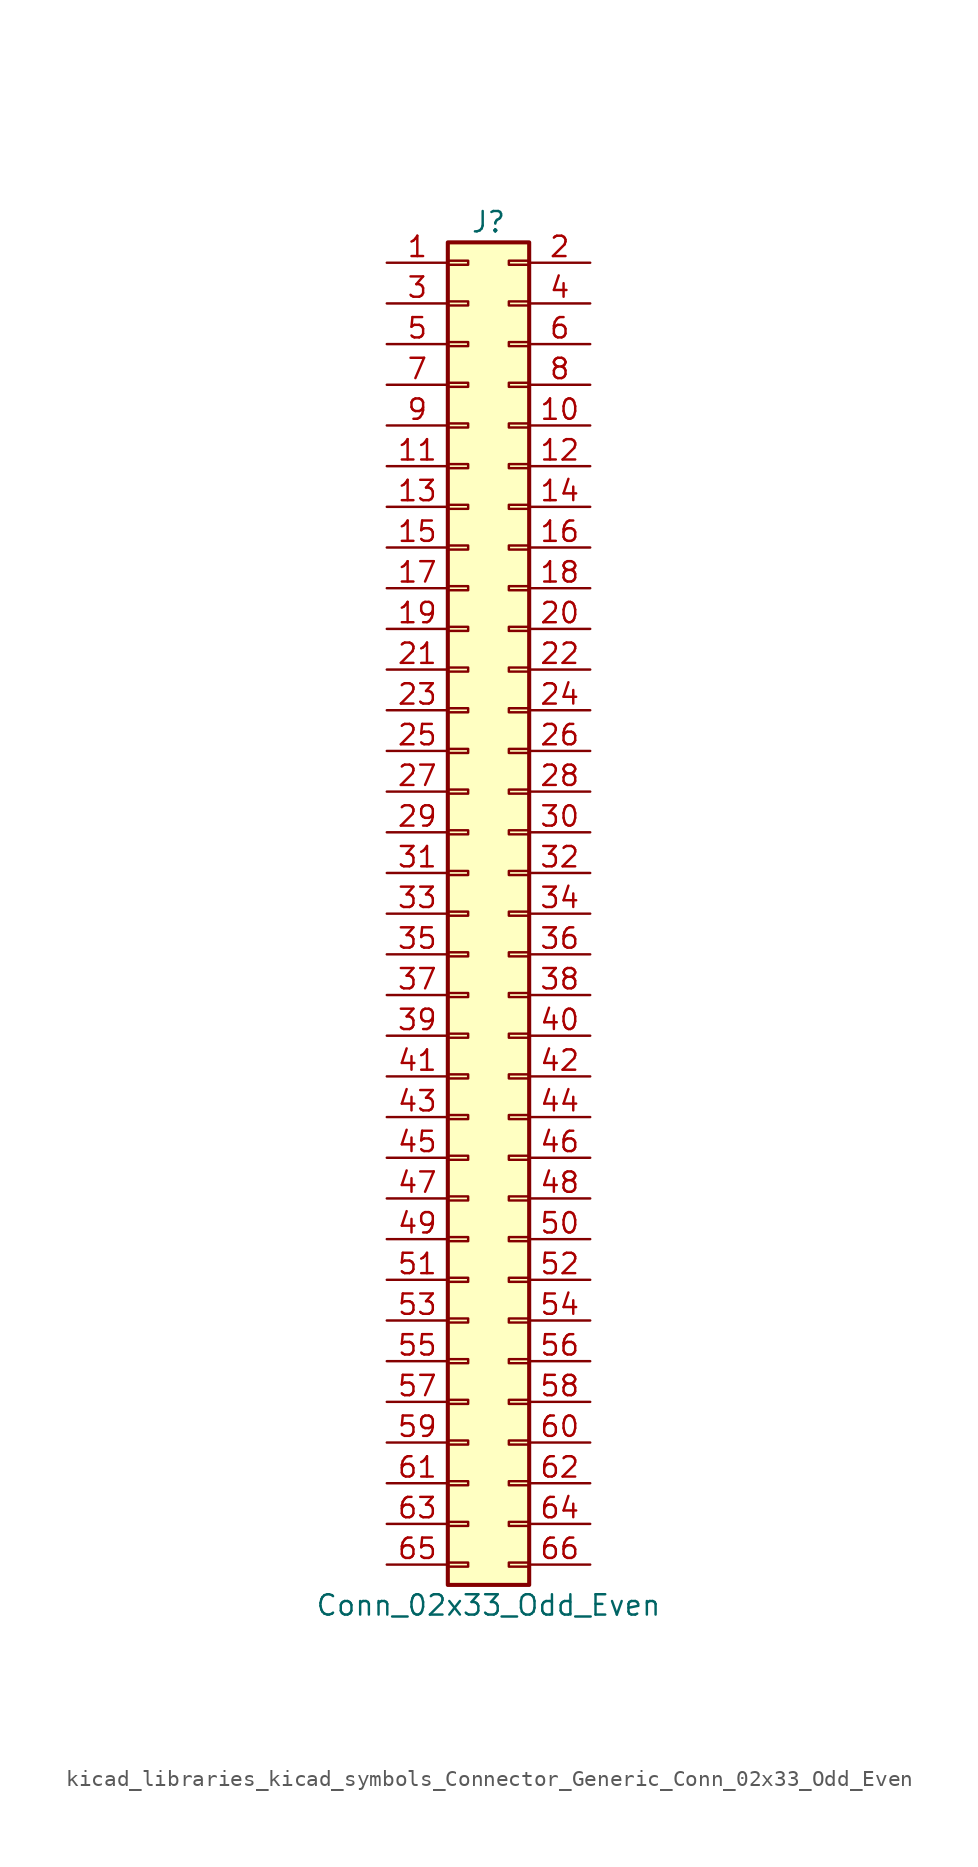
<source format=kicad_sym>
(kicad_symbol_lib
  (version 20220914)
  (generator kicad_symbol_editor)
  (symbol "kicad_libraries_kicad_symbols_Connector_Generic_Conn_02x33_Odd_Even"
    (pin_names
      (offset 1.016) hide)
    (property "Reference" "J"
      (at 1.27 43.18 0)
      (effects (font (size 1.27 1.27))))
    (property "Value" "Conn_02x33_Odd_Even"
      (at 1.27 -43.18 0)
      (effects (font (size 1.27 1.27))))
    (symbol "kicad_libraries_kicad_symbols_Connector_Generic_Conn_02x33_Odd_Even_1_1"
      (rectangle (start -1.27 -40.513) (end 0 -40.767) (stroke (width 0.152) (type default)) (fill (type none)))
      (rectangle (start -1.27 -37.973) (end 0 -38.227) (stroke (width 0.152) (type default)) (fill (type none)))
      (rectangle (start -1.27 -35.433) (end 0 -35.687) (stroke (width 0.152) (type default)) (fill (type none)))
      (rectangle (start -1.27 -32.893) (end 0 -33.147) (stroke (width 0.152) (type default)) (fill (type none)))
      (rectangle (start -1.27 -30.353) (end 0 -30.607) (stroke (width 0.152) (type default)) (fill (type none)))
      (rectangle (start -1.27 -27.813) (end 0 -28.067) (stroke (width 0.152) (type default)) (fill (type none)))
      (rectangle (start -1.27 -25.273) (end 0 -25.527) (stroke (width 0.152) (type default)) (fill (type none)))
      (rectangle (start -1.27 -22.733) (end 0 -22.987) (stroke (width 0.152) (type default)) (fill (type none)))
      (rectangle (start -1.27 -20.193) (end 0 -20.447) (stroke (width 0.152) (type default)) (fill (type none)))
      (rectangle (start -1.27 -17.653) (end 0 -17.907) (stroke (width 0.152) (type default)) (fill (type none)))
      (rectangle (start -1.27 -15.113) (end 0 -15.367) (stroke (width 0.152) (type default)) (fill (type none)))
      (rectangle (start -1.27 -12.573) (end 0 -12.827) (stroke (width 0.152) (type default)) (fill (type none)))
      (rectangle (start -1.27 -10.033) (end 0 -10.287) (stroke (width 0.152) (type default)) (fill (type none)))
      (rectangle (start -1.27 -7.493) (end 0 -7.747) (stroke (width 0.152) (type default)) (fill (type none)))
      (rectangle (start -1.27 -4.953) (end 0 -5.207) (stroke (width 0.152) (type default)) (fill (type none)))
      (rectangle (start -1.27 -2.413) (end 0 -2.667) (stroke (width 0.152) (type default)) (fill (type none)))
      (rectangle (start -1.27 0.127) (end 0 -0.127) (stroke (width 0.152) (type default)) (fill (type none)))
      (rectangle (start -1.27 2.667) (end 0 2.413) (stroke (width 0.152) (type default)) (fill (type none)))
      (rectangle (start -1.27 5.207) (end 0 4.953) (stroke (width 0.152) (type default)) (fill (type none)))
      (rectangle (start -1.27 7.747) (end 0 7.493) (stroke (width 0.152) (type default)) (fill (type none)))
      (rectangle (start -1.27 10.287) (end 0 10.033) (stroke (width 0.152) (type default)) (fill (type none)))
      (rectangle (start -1.27 12.827) (end 0 12.573) (stroke (width 0.152) (type default)) (fill (type none)))
      (rectangle (start -1.27 15.367) (end 0 15.113) (stroke (width 0.152) (type default)) (fill (type none)))
      (rectangle (start -1.27 17.907) (end 0 17.653) (stroke (width 0.152) (type default)) (fill (type none)))
      (rectangle (start -1.27 20.447) (end 0 20.193) (stroke (width 0.152) (type default)) (fill (type none)))
      (rectangle (start -1.27 22.987) (end 0 22.733) (stroke (width 0.152) (type default)) (fill (type none)))
      (rectangle (start -1.27 25.527) (end 0 25.273) (stroke (width 0.152) (type default)) (fill (type none)))
      (rectangle (start -1.27 28.067) (end 0 27.813) (stroke (width 0.152) (type default)) (fill (type none)))
      (rectangle (start -1.27 30.607) (end 0 30.353) (stroke (width 0.152) (type default)) (fill (type none)))
      (rectangle (start -1.27 33.147) (end 0 32.893) (stroke (width 0.152) (type default)) (fill (type none)))
      (rectangle (start -1.27 35.687) (end 0 35.433) (stroke (width 0.152) (type default)) (fill (type none)))
      (rectangle (start -1.27 38.227) (end 0 37.973) (stroke (width 0.152) (type default)) (fill (type none)))
      (rectangle (start -1.27 40.767) (end 0 40.513) (stroke (width 0.152) (type default)) (fill (type none)))
      (rectangle (start -1.27 41.91) (end 3.81 -41.91) (stroke (width 0.254) (type default)) (fill (type background)))
      (rectangle (start 3.81 -40.513) (end 2.54 -40.767) (stroke (width 0.152) (type default)) (fill (type none)))
      (rectangle (start 3.81 -37.973) (end 2.54 -38.227) (stroke (width 0.152) (type default)) (fill (type none)))
      (rectangle (start 3.81 -35.433) (end 2.54 -35.687) (stroke (width 0.152) (type default)) (fill (type none)))
      (rectangle (start 3.81 -32.893) (end 2.54 -33.147) (stroke (width 0.152) (type default)) (fill (type none)))
      (rectangle (start 3.81 -30.353) (end 2.54 -30.607) (stroke (width 0.152) (type default)) (fill (type none)))
      (rectangle (start 3.81 -27.813) (end 2.54 -28.067) (stroke (width 0.152) (type default)) (fill (type none)))
      (rectangle (start 3.81 -25.273) (end 2.54 -25.527) (stroke (width 0.152) (type default)) (fill (type none)))
      (rectangle (start 3.81 -22.733) (end 2.54 -22.987) (stroke (width 0.152) (type default)) (fill (type none)))
      (rectangle (start 3.81 -20.193) (end 2.54 -20.447) (stroke (width 0.152) (type default)) (fill (type none)))
      (rectangle (start 3.81 -17.653) (end 2.54 -17.907) (stroke (width 0.152) (type default)) (fill (type none)))
      (rectangle (start 3.81 -15.113) (end 2.54 -15.367) (stroke (width 0.152) (type default)) (fill (type none)))
      (rectangle (start 3.81 -12.573) (end 2.54 -12.827) (stroke (width 0.152) (type default)) (fill (type none)))
      (rectangle (start 3.81 -10.033) (end 2.54 -10.287) (stroke (width 0.152) (type default)) (fill (type none)))
      (rectangle (start 3.81 -7.493) (end 2.54 -7.747) (stroke (width 0.152) (type default)) (fill (type none)))
      (rectangle (start 3.81 -4.953) (end 2.54 -5.207) (stroke (width 0.152) (type default)) (fill (type none)))
      (rectangle (start 3.81 -2.413) (end 2.54 -2.667) (stroke (width 0.152) (type default)) (fill (type none)))
      (rectangle (start 3.81 0.127) (end 2.54 -0.127) (stroke (width 0.152) (type default)) (fill (type none)))
      (rectangle (start 3.81 2.667) (end 2.54 2.413) (stroke (width 0.152) (type default)) (fill (type none)))
      (rectangle (start 3.81 5.207) (end 2.54 4.953) (stroke (width 0.152) (type default)) (fill (type none)))
      (rectangle (start 3.81 7.747) (end 2.54 7.493) (stroke (width 0.152) (type default)) (fill (type none)))
      (rectangle (start 3.81 10.287) (end 2.54 10.033) (stroke (width 0.152) (type default)) (fill (type none)))
      (rectangle (start 3.81 12.827) (end 2.54 12.573) (stroke (width 0.152) (type default)) (fill (type none)))
      (rectangle (start 3.81 15.367) (end 2.54 15.113) (stroke (width 0.152) (type default)) (fill (type none)))
      (rectangle (start 3.81 17.907) (end 2.54 17.653) (stroke (width 0.152) (type default)) (fill (type none)))
      (rectangle (start 3.81 20.447) (end 2.54 20.193) (stroke (width 0.152) (type default)) (fill (type none)))
      (rectangle (start 3.81 22.987) (end 2.54 22.733) (stroke (width 0.152) (type default)) (fill (type none)))
      (rectangle (start 3.81 25.527) (end 2.54 25.273) (stroke (width 0.152) (type default)) (fill (type none)))
      (rectangle (start 3.81 28.067) (end 2.54 27.813) (stroke (width 0.152) (type default)) (fill (type none)))
      (rectangle (start 3.81 30.607) (end 2.54 30.353) (stroke (width 0.152) (type default)) (fill (type none)))
      (rectangle (start 3.81 33.147) (end 2.54 32.893) (stroke (width 0.152) (type default)) (fill (type none)))
      (rectangle (start 3.81 35.687) (end 2.54 35.433) (stroke (width 0.152) (type default)) (fill (type none)))
      (rectangle (start 3.81 38.227) (end 2.54 37.973) (stroke (width 0.152) (type default)) (fill (type none)))
      (rectangle (start 3.81 40.767) (end 2.54 40.513) (stroke (width 0.152) (type default)) (fill (type none)))
      (pin passive line (at -5.08 40.64 0) (length 3.81) (name "Pin_1" (effects (font (size 1.27 1.27)))) (number "1" (effects (font (size 1.27 1.27)))))
      (pin passive line (at 7.62 30.48 180) (length 3.81) (name "Pin_10" (effects (font (size 1.27 1.27)))) (number "10" (effects (font (size 1.27 1.27)))))
      (pin passive line (at -5.08 27.94 0) (length 3.81) (name "Pin_11" (effects (font (size 1.27 1.27)))) (number "11" (effects (font (size 1.27 1.27)))))
      (pin passive line (at 7.62 27.94 180) (length 3.81) (name "Pin_12" (effects (font (size 1.27 1.27)))) (number "12" (effects (font (size 1.27 1.27)))))
      (pin passive line (at -5.08 25.4 0) (length 3.81) (name "Pin_13" (effects (font (size 1.27 1.27)))) (number "13" (effects (font (size 1.27 1.27)))))
      (pin passive line (at 7.62 25.4 180) (length 3.81) (name "Pin_14" (effects (font (size 1.27 1.27)))) (number "14" (effects (font (size 1.27 1.27)))))
      (pin passive line (at -5.08 22.86 0) (length 3.81) (name "Pin_15" (effects (font (size 1.27 1.27)))) (number "15" (effects (font (size 1.27 1.27)))))
      (pin passive line (at 7.62 22.86 180) (length 3.81) (name "Pin_16" (effects (font (size 1.27 1.27)))) (number "16" (effects (font (size 1.27 1.27)))))
      (pin passive line (at -5.08 20.32 0) (length 3.81) (name "Pin_17" (effects (font (size 1.27 1.27)))) (number "17" (effects (font (size 1.27 1.27)))))
      (pin passive line (at 7.62 20.32 180) (length 3.81) (name "Pin_18" (effects (font (size 1.27 1.27)))) (number "18" (effects (font (size 1.27 1.27)))))
      (pin passive line (at -5.08 17.78 0) (length 3.81) (name "Pin_19" (effects (font (size 1.27 1.27)))) (number "19" (effects (font (size 1.27 1.27)))))
      (pin passive line (at 7.62 40.64 180) (length 3.81) (name "Pin_2" (effects (font (size 1.27 1.27)))) (number "2" (effects (font (size 1.27 1.27)))))
      (pin passive line (at 7.62 17.78 180) (length 3.81) (name "Pin_20" (effects (font (size 1.27 1.27)))) (number "20" (effects (font (size 1.27 1.27)))))
      (pin passive line (at -5.08 15.24 0) (length 3.81) (name "Pin_21" (effects (font (size 1.27 1.27)))) (number "21" (effects (font (size 1.27 1.27)))))
      (pin passive line (at 7.62 15.24 180) (length 3.81) (name "Pin_22" (effects (font (size 1.27 1.27)))) (number "22" (effects (font (size 1.27 1.27)))))
      (pin passive line (at -5.08 12.7 0) (length 3.81) (name "Pin_23" (effects (font (size 1.27 1.27)))) (number "23" (effects (font (size 1.27 1.27)))))
      (pin passive line (at 7.62 12.7 180) (length 3.81) (name "Pin_24" (effects (font (size 1.27 1.27)))) (number "24" (effects (font (size 1.27 1.27)))))
      (pin passive line (at -5.08 10.16 0) (length 3.81) (name "Pin_25" (effects (font (size 1.27 1.27)))) (number "25" (effects (font (size 1.27 1.27)))))
      (pin passive line (at 7.62 10.16 180) (length 3.81) (name "Pin_26" (effects (font (size 1.27 1.27)))) (number "26" (effects (font (size 1.27 1.27)))))
      (pin passive line (at -5.08 7.62 0) (length 3.81) (name "Pin_27" (effects (font (size 1.27 1.27)))) (number "27" (effects (font (size 1.27 1.27)))))
      (pin passive line (at 7.62 7.62 180) (length 3.81) (name "Pin_28" (effects (font (size 1.27 1.27)))) (number "28" (effects (font (size 1.27 1.27)))))
      (pin passive line (at -5.08 5.08 0) (length 3.81) (name "Pin_29" (effects (font (size 1.27 1.27)))) (number "29" (effects (font (size 1.27 1.27)))))
      (pin passive line (at -5.08 38.1 0) (length 3.81) (name "Pin_3" (effects (font (size 1.27 1.27)))) (number "3" (effects (font (size 1.27 1.27)))))
      (pin passive line (at 7.62 5.08 180) (length 3.81) (name "Pin_30" (effects (font (size 1.27 1.27)))) (number "30" (effects (font (size 1.27 1.27)))))
      (pin passive line (at -5.08 2.54 0) (length 3.81) (name "Pin_31" (effects (font (size 1.27 1.27)))) (number "31" (effects (font (size 1.27 1.27)))))
      (pin passive line (at 7.62 2.54 180) (length 3.81) (name "Pin_32" (effects (font (size 1.27 1.27)))) (number "32" (effects (font (size 1.27 1.27)))))
      (pin passive line (at -5.08 0 0) (length 3.81) (name "Pin_33" (effects (font (size 1.27 1.27)))) (number "33" (effects (font (size 1.27 1.27)))))
      (pin passive line (at 7.62 0 180) (length 3.81) (name "Pin_34" (effects (font (size 1.27 1.27)))) (number "34" (effects (font (size 1.27 1.27)))))
      (pin passive line (at -5.08 -2.54 0) (length 3.81) (name "Pin_35" (effects (font (size 1.27 1.27)))) (number "35" (effects (font (size 1.27 1.27)))))
      (pin passive line (at 7.62 -2.54 180) (length 3.81) (name "Pin_36" (effects (font (size 1.27 1.27)))) (number "36" (effects (font (size 1.27 1.27)))))
      (pin passive line (at -5.08 -5.08 0) (length 3.81) (name "Pin_37" (effects (font (size 1.27 1.27)))) (number "37" (effects (font (size 1.27 1.27)))))
      (pin passive line (at 7.62 -5.08 180) (length 3.81) (name "Pin_38" (effects (font (size 1.27 1.27)))) (number "38" (effects (font (size 1.27 1.27)))))
      (pin passive line (at -5.08 -7.62 0) (length 3.81) (name "Pin_39" (effects (font (size 1.27 1.27)))) (number "39" (effects (font (size 1.27 1.27)))))
      (pin passive line (at 7.62 38.1 180) (length 3.81) (name "Pin_4" (effects (font (size 1.27 1.27)))) (number "4" (effects (font (size 1.27 1.27)))))
      (pin passive line (at 7.62 -7.62 180) (length 3.81) (name "Pin_40" (effects (font (size 1.27 1.27)))) (number "40" (effects (font (size 1.27 1.27)))))
      (pin passive line (at -5.08 -10.16 0) (length 3.81) (name "Pin_41" (effects (font (size 1.27 1.27)))) (number "41" (effects (font (size 1.27 1.27)))))
      (pin passive line (at 7.62 -10.16 180) (length 3.81) (name "Pin_42" (effects (font (size 1.27 1.27)))) (number "42" (effects (font (size 1.27 1.27)))))
      (pin passive line (at -5.08 -12.7 0) (length 3.81) (name "Pin_43" (effects (font (size 1.27 1.27)))) (number "43" (effects (font (size 1.27 1.27)))))
      (pin passive line (at 7.62 -12.7 180) (length 3.81) (name "Pin_44" (effects (font (size 1.27 1.27)))) (number "44" (effects (font (size 1.27 1.27)))))
      (pin passive line (at -5.08 -15.24 0) (length 3.81) (name "Pin_45" (effects (font (size 1.27 1.27)))) (number "45" (effects (font (size 1.27 1.27)))))
      (pin passive line (at 7.62 -15.24 180) (length 3.81) (name "Pin_46" (effects (font (size 1.27 1.27)))) (number "46" (effects (font (size 1.27 1.27)))))
      (pin passive line (at -5.08 -17.78 0) (length 3.81) (name "Pin_47" (effects (font (size 1.27 1.27)))) (number "47" (effects (font (size 1.27 1.27)))))
      (pin passive line (at 7.62 -17.78 180) (length 3.81) (name "Pin_48" (effects (font (size 1.27 1.27)))) (number "48" (effects (font (size 1.27 1.27)))))
      (pin passive line (at -5.08 -20.32 0) (length 3.81) (name "Pin_49" (effects (font (size 1.27 1.27)))) (number "49" (effects (font (size 1.27 1.27)))))
      (pin passive line (at -5.08 35.56 0) (length 3.81) (name "Pin_5" (effects (font (size 1.27 1.27)))) (number "5" (effects (font (size 1.27 1.27)))))
      (pin passive line (at 7.62 -20.32 180) (length 3.81) (name "Pin_50" (effects (font (size 1.27 1.27)))) (number "50" (effects (font (size 1.27 1.27)))))
      (pin passive line (at -5.08 -22.86 0) (length 3.81) (name "Pin_51" (effects (font (size 1.27 1.27)))) (number "51" (effects (font (size 1.27 1.27)))))
      (pin passive line (at 7.62 -22.86 180) (length 3.81) (name "Pin_52" (effects (font (size 1.27 1.27)))) (number "52" (effects (font (size 1.27 1.27)))))
      (pin passive line (at -5.08 -25.4 0) (length 3.81) (name "Pin_53" (effects (font (size 1.27 1.27)))) (number "53" (effects (font (size 1.27 1.27)))))
      (pin passive line (at 7.62 -25.4 180) (length 3.81) (name "Pin_54" (effects (font (size 1.27 1.27)))) (number "54" (effects (font (size 1.27 1.27)))))
      (pin passive line (at -5.08 -27.94 0) (length 3.81) (name "Pin_55" (effects (font (size 1.27 1.27)))) (number "55" (effects (font (size 1.27 1.27)))))
      (pin passive line (at 7.62 -27.94 180) (length 3.81) (name "Pin_56" (effects (font (size 1.27 1.27)))) (number "56" (effects (font (size 1.27 1.27)))))
      (pin passive line (at -5.08 -30.48 0) (length 3.81) (name "Pin_57" (effects (font (size 1.27 1.27)))) (number "57" (effects (font (size 1.27 1.27)))))
      (pin passive line (at 7.62 -30.48 180) (length 3.81) (name "Pin_58" (effects (font (size 1.27 1.27)))) (number "58" (effects (font (size 1.27 1.27)))))
      (pin passive line (at -5.08 -33.02 0) (length 3.81) (name "Pin_59" (effects (font (size 1.27 1.27)))) (number "59" (effects (font (size 1.27 1.27)))))
      (pin passive line (at 7.62 35.56 180) (length 3.81) (name "Pin_6" (effects (font (size 1.27 1.27)))) (number "6" (effects (font (size 1.27 1.27)))))
      (pin passive line (at 7.62 -33.02 180) (length 3.81) (name "Pin_60" (effects (font (size 1.27 1.27)))) (number "60" (effects (font (size 1.27 1.27)))))
      (pin passive line (at -5.08 -35.56 0) (length 3.81) (name "Pin_61" (effects (font (size 1.27 1.27)))) (number "61" (effects (font (size 1.27 1.27)))))
      (pin passive line (at 7.62 -35.56 180) (length 3.81) (name "Pin_62" (effects (font (size 1.27 1.27)))) (number "62" (effects (font (size 1.27 1.27)))))
      (pin passive line (at -5.08 -38.1 0) (length 3.81) (name "Pin_63" (effects (font (size 1.27 1.27)))) (number "63" (effects (font (size 1.27 1.27)))))
      (pin passive line (at 7.62 -38.1 180) (length 3.81) (name "Pin_64" (effects (font (size 1.27 1.27)))) (number "64" (effects (font (size 1.27 1.27)))))
      (pin passive line (at -5.08 -40.64 0) (length 3.81) (name "Pin_65" (effects (font (size 1.27 1.27)))) (number "65" (effects (font (size 1.27 1.27)))))
      (pin passive line (at 7.62 -40.64 180) (length 3.81) (name "Pin_66" (effects (font (size 1.27 1.27)))) (number "66" (effects (font (size 1.27 1.27)))))
      (pin passive line (at -5.08 33.02 0) (length 3.81) (name "Pin_7" (effects (font (size 1.27 1.27)))) (number "7" (effects (font (size 1.27 1.27)))))
      (pin passive line (at 7.62 33.02 180) (length 3.81) (name "Pin_8" (effects (font (size 1.27 1.27)))) (number "8" (effects (font (size 1.27 1.27)))))
      (pin passive line (at -5.08 30.48 0) (length 3.81) (name "Pin_9" (effects (font (size 1.27 1.27)))) (number "9" (effects (font (size 1.27 1.27))))))))
</source>
